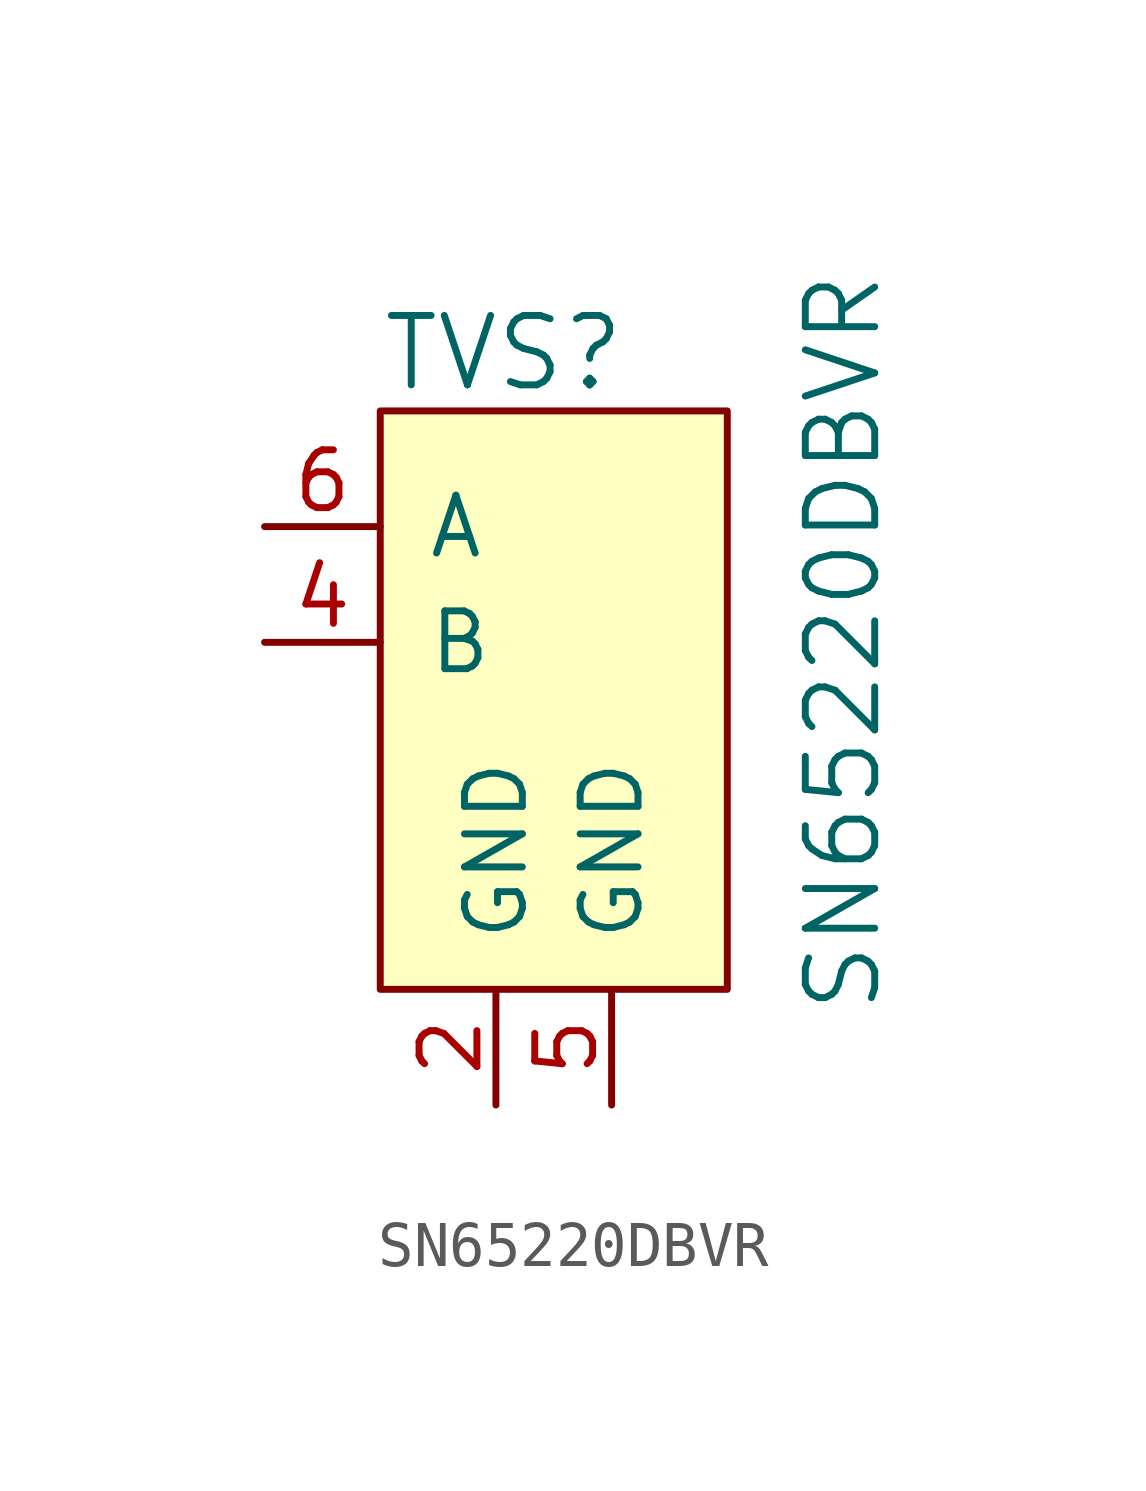
<source format=kicad_sym>
(kicad_symbol_lib
  (version 20231120)
  (generator "kicad_symbol_editor")
  (generator_version "8.0")
  (symbol "SN65220DBVR"
    (pin_names
      (offset 1.016))
    (property "Reference" "TVS"
      (at -2.54 6.35 0)
      (effects (font (size 1.524 1.524)) (justify left)))
    (property "Value" "SN65220DBVR"
      (at 7.62 0 90)
      (effects (font (size 1.524 1.524))))
    (symbol "SN65220DBVR_0_1"
      (rectangle (start -2.54 5.08) (end 5.08 -7.62) (stroke (width 0) (type default)) (fill (type background))))
    (symbol "SN65220DBVR_1_1"
      (pin no_connect line (at 5.08 2.54 180) (length 2.54) hide (name "NC" (effects (font (size 1.27 1.27)))) (number "1" (effects (font (size 1.27 1.27)))))
      (pin power_in line (at 0 -10.16 90) (length 2.54) (name "GND" (effects (font (size 1.27 1.27)))) (number "2" (effects (font (size 1.27 1.27)))))
      (pin no_connect line (at 5.08 0 180) (length 2.54) hide (name "NC" (effects (font (size 1.27 1.27)))) (number "3" (effects (font (size 1.27 1.27)))))
      (pin input line (at -5.08 0 0) (length 2.54) (name "B" (effects (font (size 1.27 1.27)))) (number "4" (effects (font (size 1.27 1.27)))))
      (pin power_in line (at 2.54 -10.16 90) (length 2.54) (name "GND" (effects (font (size 1.27 1.27)))) (number "5" (effects (font (size 1.27 1.27)))))
      (pin input line (at -5.08 2.54 0) (length 2.54) (name "A" (effects (font (size 1.27 1.27)))) (number "6" (effects (font (size 1.27 1.27))))))))
</source>
